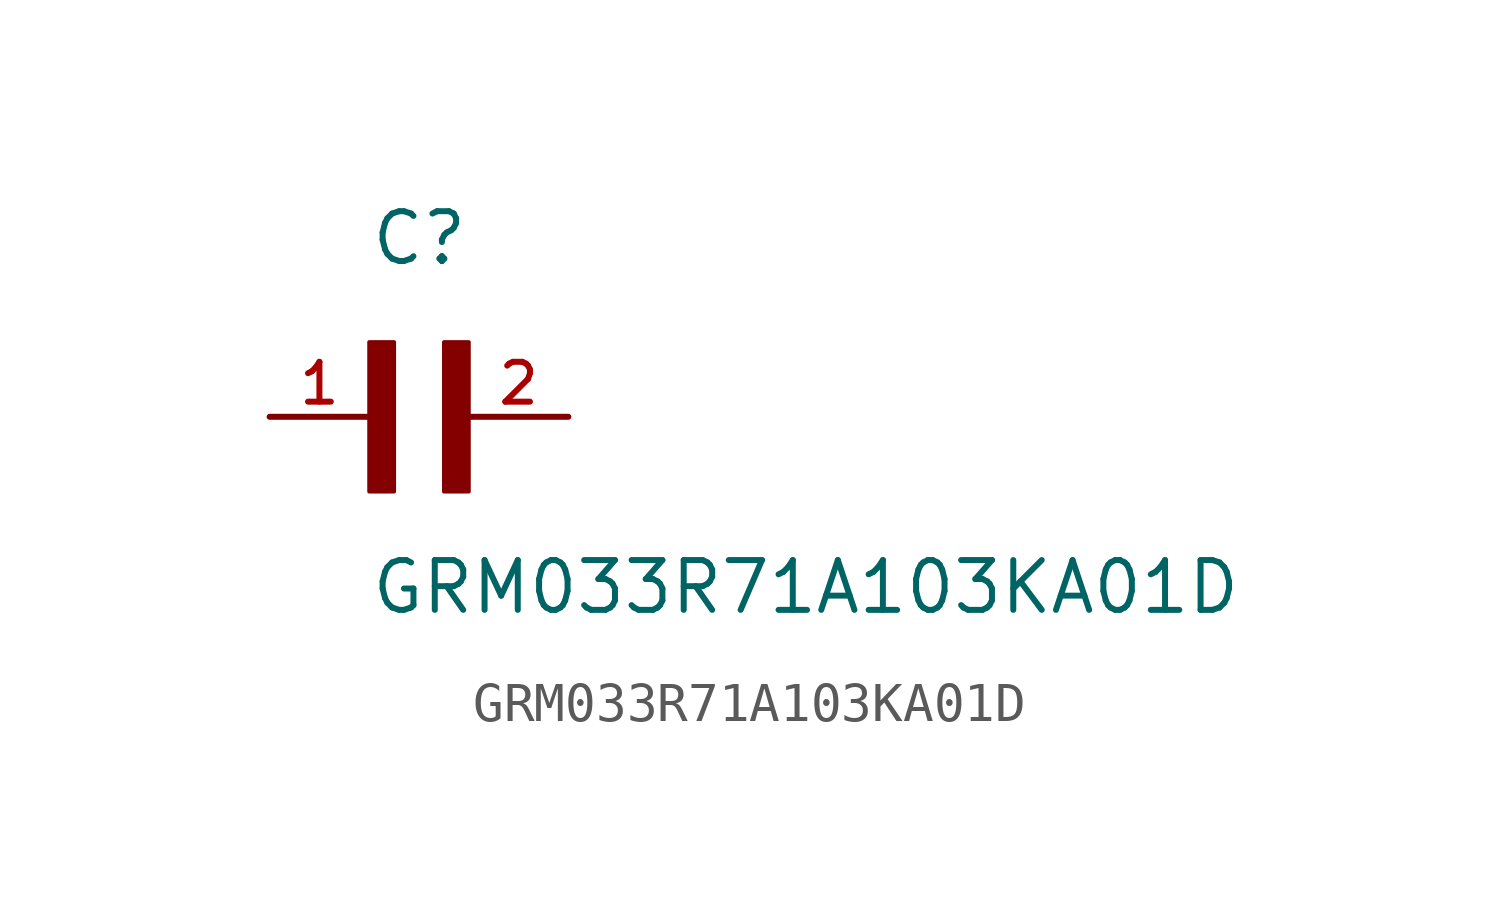
<source format=kicad_sym>
(kicad_symbol_lib
  (version 20211014)
  (generator kicad_symbol_editor)
  (symbol "GRM033R71A103KA01D"
    (pin_names
      (offset 1.016))
    (property "Reference" "C"
      (at 0.0 3.811 0)
      (effects (font (size 1.27 1.27)) (justify bottom left)))
    (property "Value" "GRM033R71A103KA01D"
      (at 0.0 -5.088 0)
      (effects (font (size 1.27 1.27)) (justify bottom left)))
    (symbol "GRM033R71A103KA01D_0_0"
      (rectangle (start 0.0 -1.907) (end 0.635 1.905) (stroke (width 0.1)) (fill (type outline)))
      (rectangle (start 1.907 -1.907) (end 2.54 1.905) (stroke (width 0.1)) (fill (type outline)))
      (pin passive line (at 5.08 0.0 180.0) (length 2.54) (name "~" (effects (font (size 1.016 1.016)))) (number "2" (effects (font (size 1.016 1.016)))))
      (pin passive line (at -2.54 0.0 0) (length 2.54) (name "~" (effects (font (size 1.016 1.016)))) (number "1" (effects (font (size 1.016 1.016))))))))
</source>
